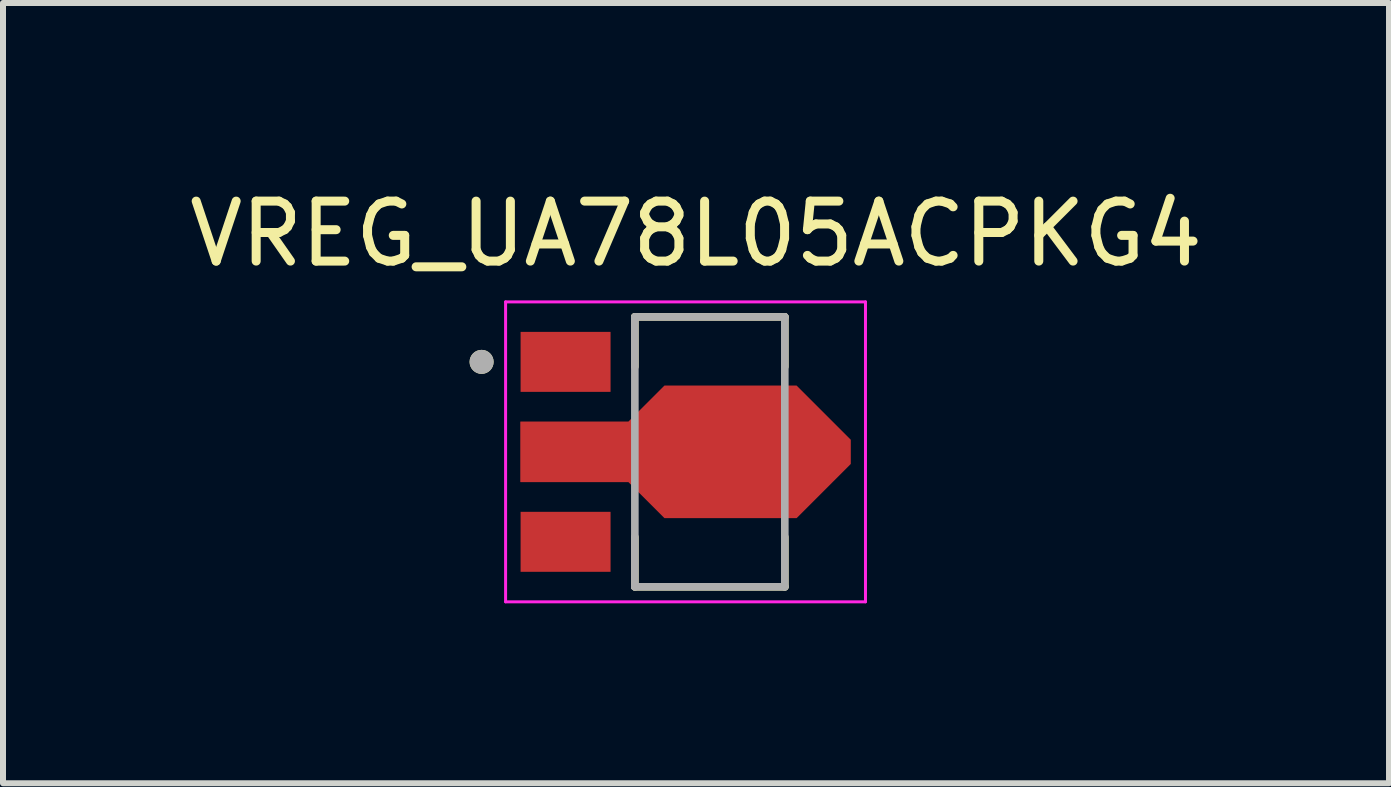
<source format=kicad_pcb>
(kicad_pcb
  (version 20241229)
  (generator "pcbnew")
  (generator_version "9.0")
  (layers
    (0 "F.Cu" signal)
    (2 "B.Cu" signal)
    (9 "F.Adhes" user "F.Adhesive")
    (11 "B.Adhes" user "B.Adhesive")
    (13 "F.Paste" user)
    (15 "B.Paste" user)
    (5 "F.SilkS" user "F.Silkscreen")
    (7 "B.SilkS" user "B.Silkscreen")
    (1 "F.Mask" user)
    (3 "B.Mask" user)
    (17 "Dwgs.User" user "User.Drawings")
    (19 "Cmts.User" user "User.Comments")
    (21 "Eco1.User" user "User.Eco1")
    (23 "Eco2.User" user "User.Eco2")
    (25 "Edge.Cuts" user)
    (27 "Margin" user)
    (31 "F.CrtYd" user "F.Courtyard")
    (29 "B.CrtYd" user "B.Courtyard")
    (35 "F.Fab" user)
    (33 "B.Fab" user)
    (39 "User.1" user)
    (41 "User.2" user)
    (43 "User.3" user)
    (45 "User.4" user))
  (footprint "VREG_UA78L05ACPKG4"
    (layer "F.Cu")
    (at 8.379 4.483)
    (property "Reference" "VREG_UA78L05ACPKG4" (at 0.175 -3.635 0) (layer "F.SilkS") (effects (font (size 1 1) (thickness 0.15))))
    (attr smd)
    (fp_poly (pts (xy -2.82 -2.07) (xy -1.18 -2.07) (xy -1.18 -0.93) (xy -2.82 -0.93)) (stroke (width 0.01) (type solid)) (fill yes) (layer "F.Mask"))
    (fp_poly (pts (xy -2.82 0.93) (xy -1.18 0.93) (xy -1.18 2.07) (xy -2.82 2.07)) (stroke (width 0.01) (type solid)) (fill yes) (layer "F.Mask"))
    (fp_poly (pts (xy -2.82 -0.57) (xy -2.82 0.57) (xy -0.985 0.57) (xy -0.385 1.17) (xy 1.885 1.17) (xy 2.82 0.235) (xy 2.82 -0.235) (xy 1.885 -1.17) (xy -0.385 -1.17) (xy -0.985 -0.57)) (stroke (width 0.01) (type solid)) (fill yes) (layer "F.Mask"))
    (fp_line (start -0.845 -2.25) (end -0.845 -1.42) (stroke (width 0.127) (type solid)) (layer "F.SilkS"))
    (fp_line (start -0.845 2.25) (end -0.845 1.42) (stroke (width 0.127) (type solid)) (layer "F.SilkS"))
    (fp_line (start 1.655 -2.25) (end -0.845 -2.25) (stroke (width 0.127) (type solid)) (layer "F.SilkS"))
    (fp_line (start 1.655 -2.25) (end 1.655 -1.42) (stroke (width 0.127) (type solid)) (layer "F.SilkS"))
    (fp_line (start 1.655 2.25) (end -0.845 2.25) (stroke (width 0.127) (type solid)) (layer "F.SilkS"))
    (fp_line (start 1.655 2.25) (end 1.655 1.42) (stroke (width 0.127) (type solid)) (layer "F.SilkS"))
    (fp_circle (center -3.4 -1.5) (end -3.3 -1.5) (stroke (width 0.2) (type solid)) (fill no) (layer "F.SilkS"))
    (fp_poly (pts (xy -2.75 -0.5) (xy -2.75 0.5) (xy -0.95 0.5) (xy -0.35 1.1) (xy 1.85 1.1) (xy 2.75 0.2) (xy 2.75 -0.2) (xy 1.85 -1.1) (xy -0.35 -1.1) (xy -0.95 -0.5)) (stroke (width 0.01) (type solid)) (fill yes) (layer "F.Paste"))
    (fp_line (start -3 -2.5) (end -3 2.5) (stroke (width 0.05) (type solid)) (layer "F.CrtYd"))
    (fp_line (start -3 2.5) (end 3 2.5) (stroke (width 0.05) (type solid)) (layer "F.CrtYd"))
    (fp_line (start 3 -2.5) (end -3 -2.5) (stroke (width 0.05) (type solid)) (layer "F.CrtYd"))
    (fp_line (start 3 2.5) (end 3 -2.5) (stroke (width 0.05) (type solid)) (layer "F.CrtYd"))
    (fp_line (start -0.845 -2.25) (end -0.845 2.25) (stroke (width 0.127) (type solid)) (layer "F.Fab"))
    (fp_line (start -0.845 2.25) (end 1.655 2.25) (stroke (width 0.127) (type solid)) (layer "F.Fab"))
    (fp_line (start 1.655 -2.25) (end -0.845 -2.25) (stroke (width 0.127) (type solid)) (layer "F.Fab"))
    (fp_line (start 1.655 2.25) (end 1.655 -2.25) (stroke (width 0.127) (type solid)) (layer "F.Fab"))
    (fp_circle (center -3.4 -1.5) (end -3.3 -1.5) (stroke (width 0.2) (type solid)) (fill no) (layer "F.Fab"))
    (pad "1" smd rect (at -2 -1.5) (size 1.5 1) (layers "F.Cu" "F.Paste"))
    (pad "2" smd custom (at -2 0) (size 1.5 1) (layers "F.Cu") (options (anchor rect)) (primitives (gr_poly (pts (xy -0.75 -0.5) (xy -0.75 0.5) (xy 1.05 0.5) (xy 1.65 1.1) (xy 3.85 1.1) (xy 4.75 0.2) (xy 4.75 -0.2) (xy 3.85 -1.1) (xy 1.65 -1.1) (xy 1.05 -0.5)) (width 0.01) (fill yes))))
    (pad "3" smd rect (at -2 1.5) (size 1.5 1) (layers "F.Cu" "F.Paste")))
  (gr_rect
    (start -3 -3)
    (end 20.107 10.008)
    (stroke (width 0.1) (type default))
    (fill no)
    (layer "Edge.Cuts")))
</source>
